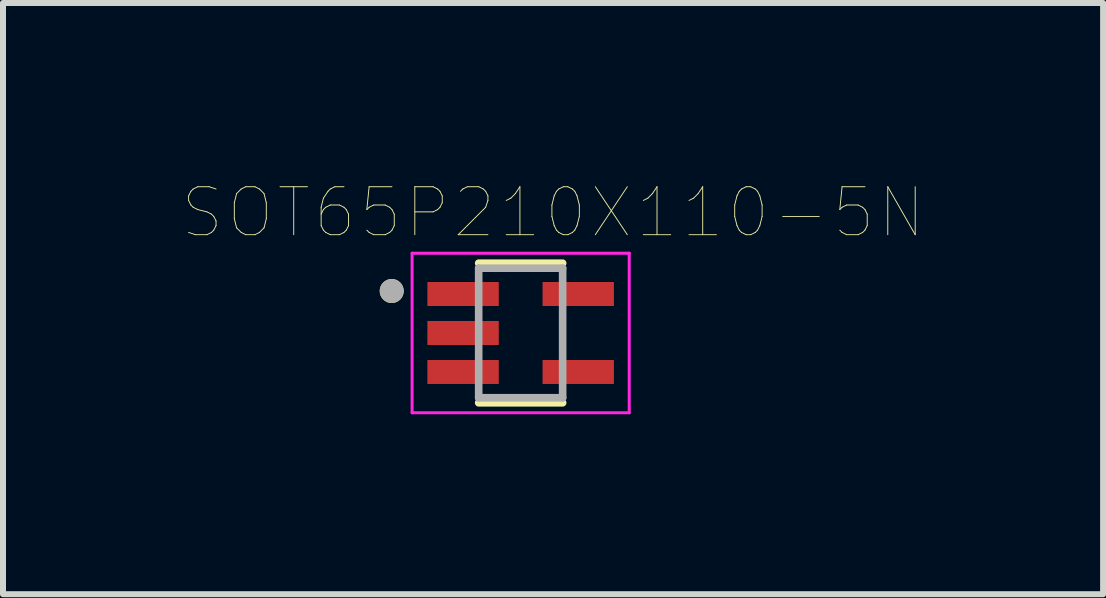
<source format=kicad_pcb>
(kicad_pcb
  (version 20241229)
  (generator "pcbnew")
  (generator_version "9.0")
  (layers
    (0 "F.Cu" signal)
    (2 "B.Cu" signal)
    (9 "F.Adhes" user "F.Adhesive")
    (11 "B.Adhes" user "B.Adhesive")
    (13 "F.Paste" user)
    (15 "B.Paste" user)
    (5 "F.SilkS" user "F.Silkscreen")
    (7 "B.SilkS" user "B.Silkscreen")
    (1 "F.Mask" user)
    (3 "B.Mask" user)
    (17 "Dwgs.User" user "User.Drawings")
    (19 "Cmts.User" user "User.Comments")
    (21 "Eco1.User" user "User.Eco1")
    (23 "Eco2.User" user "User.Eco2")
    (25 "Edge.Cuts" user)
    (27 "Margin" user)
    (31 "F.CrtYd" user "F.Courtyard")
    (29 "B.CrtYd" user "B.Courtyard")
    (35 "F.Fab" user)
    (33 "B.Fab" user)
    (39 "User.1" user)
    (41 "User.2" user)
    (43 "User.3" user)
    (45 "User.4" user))
  (footprint "SOT65P210X110-5N"
    (layer "F.Cu")
    (at 5.631 2.502)
    (property "Reference" "SOT65P210X110-5N" (at 0.54 -2.008 0) (layer "F.SilkS") (effects (font (size 0.8 0.8) (thickness 0.015))))
    (attr through_hole)
    (fp_line (start -0.7 -1.164) (end 0.7 -1.164) (stroke (width 0.127) (type solid)) (layer "F.SilkS"))
    (fp_line (start 0.7 1.164) (end -0.7 1.164) (stroke (width 0.127) (type solid)) (layer "F.SilkS"))
    (fp_circle (center -2.15 -0.7) (end -2.05 -0.7) (stroke (width 0.2) (type solid)) (fill no) (layer "F.SilkS"))
    (fp_line (start -1.81 -1.33) (end -1.81 1.33) (stroke (width 0.05) (type solid)) (layer "F.CrtYd"))
    (fp_line (start -1.81 1.33) (end 1.81 1.33) (stroke (width 0.05) (type solid)) (layer "F.CrtYd"))
    (fp_line (start 1.81 -1.33) (end -1.81 -1.33) (stroke (width 0.05) (type solid)) (layer "F.CrtYd"))
    (fp_line (start 1.81 1.33) (end 1.81 -1.33) (stroke (width 0.05) (type solid)) (layer "F.CrtYd"))
    (fp_line (start -0.7 -1.08) (end 0.7 -1.08) (stroke (width 0.127) (type solid)) (layer "F.Fab"))
    (fp_line (start -0.7 1.08) (end -0.7 -1.08) (stroke (width 0.127) (type solid)) (layer "F.Fab"))
    (fp_line (start 0.7 -1.08) (end 0.7 1.08) (stroke (width 0.127) (type solid)) (layer "F.Fab"))
    (fp_line (start 0.7 1.08) (end -0.7 1.08) (stroke (width 0.127) (type solid)) (layer "F.Fab"))
    (fp_circle (center -2.15 -0.7) (end -2.05 -0.7) (stroke (width 0.2) (type solid)) (fill no) (layer "F.Fab"))
    (pad "1" smd rect (at -0.96 -0.65) (size 1.19 0.4) (layers "F.Cu" "F.Mask" "F.Paste"))
    (pad "2" smd rect (at -0.96 0) (size 1.19 0.4) (layers "F.Cu" "F.Mask" "F.Paste"))
    (pad "3" smd rect (at -0.96 0.65) (size 1.19 0.4) (layers "F.Cu" "F.Mask" "F.Paste"))
    (pad "4" smd rect (at 0.96 0.65) (size 1.19 0.4) (layers "F.Cu" "F.Mask" "F.Paste"))
    (pad "5" smd rect (at 0.96 -0.65) (size 1.19 0.4) (layers "F.Cu" "F.Mask" "F.Paste")))
  (gr_rect
    (start -3 -3)
    (end 15.342 6.857)
    (stroke (width 0.1) (type default))
    (fill no)
    (layer "Edge.Cuts")))
</source>
